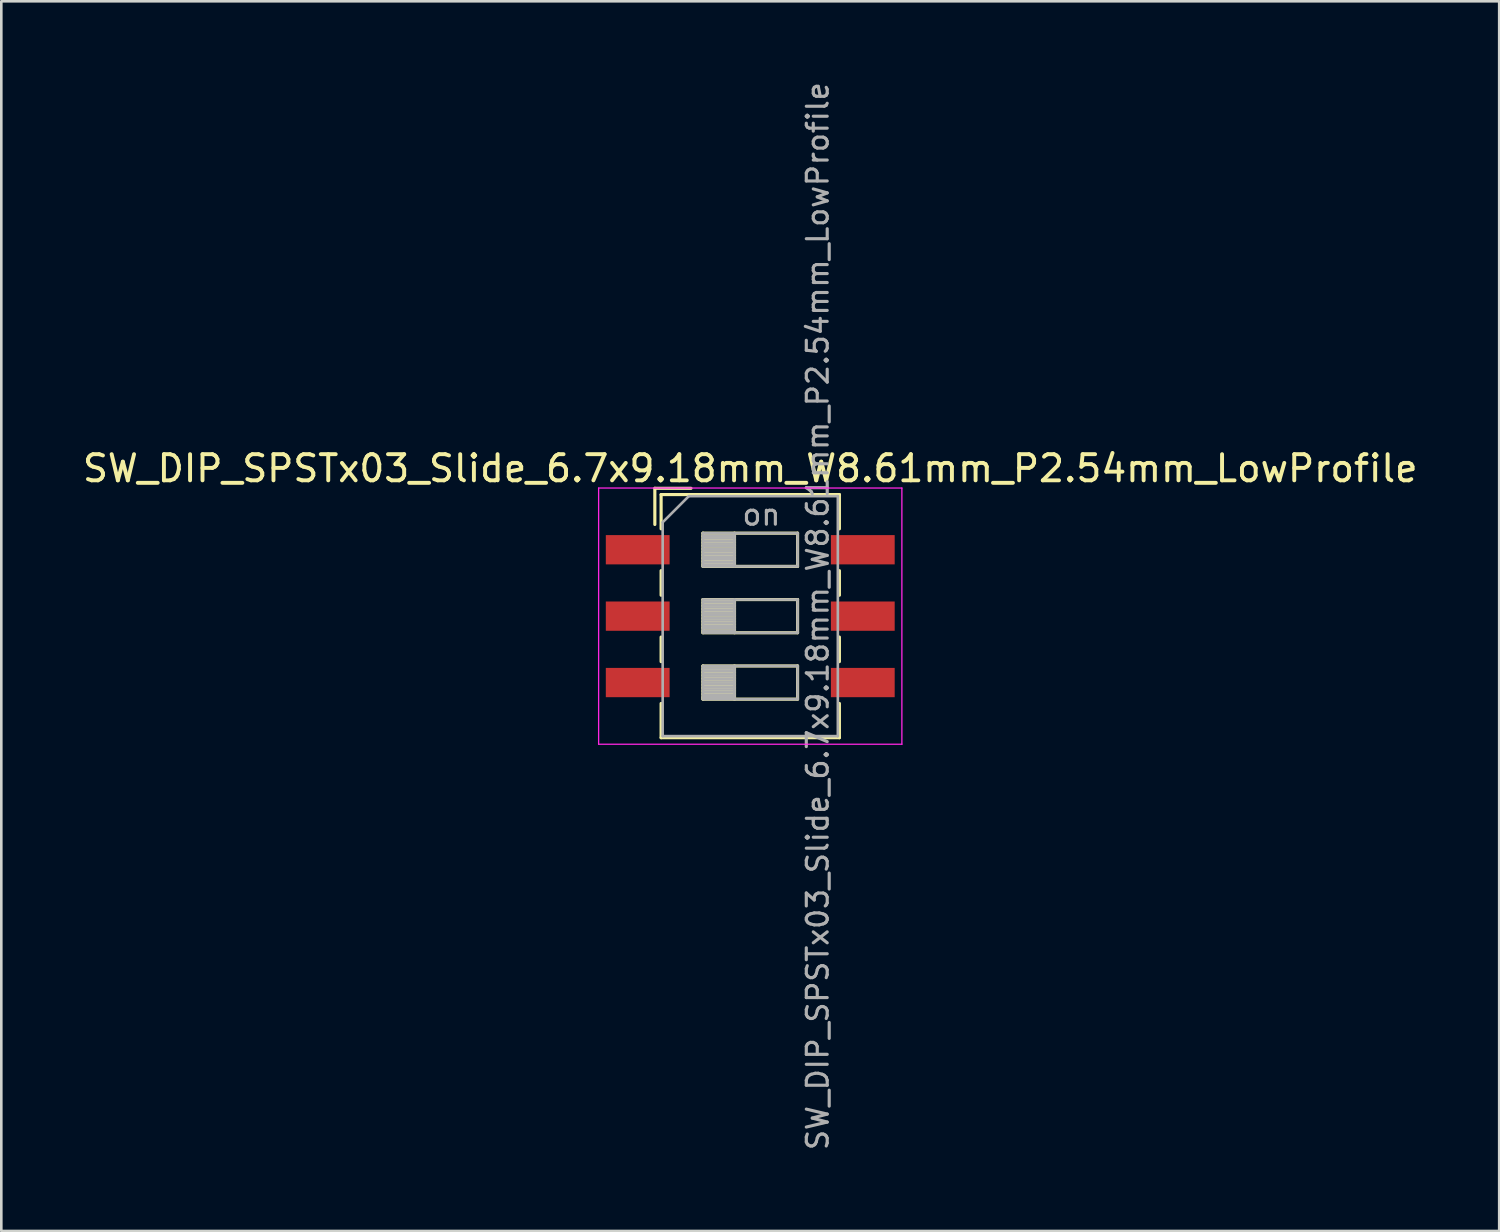
<source format=kicad_pcb>
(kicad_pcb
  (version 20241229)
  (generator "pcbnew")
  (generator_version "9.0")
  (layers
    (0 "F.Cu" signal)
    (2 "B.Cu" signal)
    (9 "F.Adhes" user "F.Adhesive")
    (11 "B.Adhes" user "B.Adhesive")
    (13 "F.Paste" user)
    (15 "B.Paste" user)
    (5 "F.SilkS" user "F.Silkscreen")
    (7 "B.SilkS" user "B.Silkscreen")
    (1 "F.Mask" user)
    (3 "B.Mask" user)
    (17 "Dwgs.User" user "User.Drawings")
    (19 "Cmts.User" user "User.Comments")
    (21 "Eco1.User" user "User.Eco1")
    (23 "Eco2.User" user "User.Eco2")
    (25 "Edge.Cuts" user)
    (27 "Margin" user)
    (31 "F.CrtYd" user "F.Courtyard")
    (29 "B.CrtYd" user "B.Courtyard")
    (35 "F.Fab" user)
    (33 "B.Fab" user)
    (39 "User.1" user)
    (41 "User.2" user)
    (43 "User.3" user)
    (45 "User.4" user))
  (footprint "SW_DIP_SPSTx03_Slide_6.7x9.18mm_W8.61mm_P2.54mm_LowProfile"
    (layer "F.Cu")
    (at 25.649 20.519)
    (property "Reference" "SW_DIP_SPSTx03_Slide_6.7x9.18mm_W8.61mm_P2.54mm_LowProfile" (at 0 -5.65 0) (layer "F.SilkS") (effects (font (size 1 1) (thickness 0.15))))
    (attr smd)
    (fp_line (start -3.65 -4.89) (end -3.65 -3.507) (stroke (width 0.12) (type solid)) (layer "F.SilkS"))
    (fp_line (start -3.65 -4.89) (end -2.267 -4.89) (stroke (width 0.12) (type solid)) (layer "F.SilkS"))
    (fp_line (start -3.41 -4.65) (end -3.41 -3.34) (stroke (width 0.12) (type solid)) (layer "F.SilkS"))
    (fp_line (start -3.41 -4.65) (end 3.41 -4.65) (stroke (width 0.12) (type solid)) (layer "F.SilkS"))
    (fp_line (start -3.41 -1.74) (end -3.41 -0.8) (stroke (width 0.12) (type solid)) (layer "F.SilkS"))
    (fp_line (start -3.41 0.8) (end -3.41 1.74) (stroke (width 0.12) (type solid)) (layer "F.SilkS"))
    (fp_line (start -3.41 3.34) (end -3.41 4.65) (stroke (width 0.12) (type solid)) (layer "F.SilkS"))
    (fp_line (start -3.41 4.65) (end 3.41 4.65) (stroke (width 0.12) (type solid)) (layer "F.SilkS"))
    (fp_line (start -1.81 -3.175) (end -1.81 -1.905) (stroke (width 0.12) (type solid)) (layer "F.SilkS"))
    (fp_line (start -1.81 -3.055) (end -0.603 -3.055) (stroke (width 0.12) (type solid)) (layer "F.SilkS"))
    (fp_line (start -1.81 -2.935) (end -0.603 -2.935) (stroke (width 0.12) (type solid)) (layer "F.SilkS"))
    (fp_line (start -1.81 -2.815) (end -0.603 -2.815) (stroke (width 0.12) (type solid)) (layer "F.SilkS"))
    (fp_line (start -1.81 -2.695) (end -0.603 -2.695) (stroke (width 0.12) (type solid)) (layer "F.SilkS"))
    (fp_line (start -1.81 -2.575) (end -0.603 -2.575) (stroke (width 0.12) (type solid)) (layer "F.SilkS"))
    (fp_line (start -1.81 -2.455) (end -0.603 -2.455) (stroke (width 0.12) (type solid)) (layer "F.SilkS"))
    (fp_line (start -1.81 -2.335) (end -0.603 -2.335) (stroke (width 0.12) (type solid)) (layer "F.SilkS"))
    (fp_line (start -1.81 -2.215) (end -0.603 -2.215) (stroke (width 0.12) (type solid)) (layer "F.SilkS"))
    (fp_line (start -1.81 -2.095) (end -0.603 -2.095) (stroke (width 0.12) (type solid)) (layer "F.SilkS"))
    (fp_line (start -1.81 -1.975) (end -0.603 -1.975) (stroke (width 0.12) (type solid)) (layer "F.SilkS"))
    (fp_line (start -1.81 -1.905) (end 1.81 -1.905) (stroke (width 0.12) (type solid)) (layer "F.SilkS"))
    (fp_line (start -1.81 -0.635) (end -1.81 0.635) (stroke (width 0.12) (type solid)) (layer "F.SilkS"))
    (fp_line (start -1.81 -0.515) (end -0.603 -0.515) (stroke (width 0.12) (type solid)) (layer "F.SilkS"))
    (fp_line (start -1.81 -0.395) (end -0.603 -0.395) (stroke (width 0.12) (type solid)) (layer "F.SilkS"))
    (fp_line (start -1.81 -0.275) (end -0.603 -0.275) (stroke (width 0.12) (type solid)) (layer "F.SilkS"))
    (fp_line (start -1.81 -0.155) (end -0.603 -0.155) (stroke (width 0.12) (type solid)) (layer "F.SilkS"))
    (fp_line (start -1.81 -0.035) (end -0.603 -0.035) (stroke (width 0.12) (type solid)) (layer "F.SilkS"))
    (fp_line (start -1.81 0.085) (end -0.603 0.085) (stroke (width 0.12) (type solid)) (layer "F.SilkS"))
    (fp_line (start -1.81 0.205) (end -0.603 0.205) (stroke (width 0.12) (type solid)) (layer "F.SilkS"))
    (fp_line (start -1.81 0.325) (end -0.603 0.325) (stroke (width 0.12) (type solid)) (layer "F.SilkS"))
    (fp_line (start -1.81 0.445) (end -0.603 0.445) (stroke (width 0.12) (type solid)) (layer "F.SilkS"))
    (fp_line (start -1.81 0.565) (end -0.603 0.565) (stroke (width 0.12) (type solid)) (layer "F.SilkS"))
    (fp_line (start -1.81 0.635) (end 1.81 0.635) (stroke (width 0.12) (type solid)) (layer "F.SilkS"))
    (fp_line (start -1.81 1.905) (end -1.81 3.175) (stroke (width 0.12) (type solid)) (layer "F.SilkS"))
    (fp_line (start -1.81 2.025) (end -0.603 2.025) (stroke (width 0.12) (type solid)) (layer "F.SilkS"))
    (fp_line (start -1.81 2.145) (end -0.603 2.145) (stroke (width 0.12) (type solid)) (layer "F.SilkS"))
    (fp_line (start -1.81 2.265) (end -0.603 2.265) (stroke (width 0.12) (type solid)) (layer "F.SilkS"))
    (fp_line (start -1.81 2.385) (end -0.603 2.385) (stroke (width 0.12) (type solid)) (layer "F.SilkS"))
    (fp_line (start -1.81 2.505) (end -0.603 2.505) (stroke (width 0.12) (type solid)) (layer "F.SilkS"))
    (fp_line (start -1.81 2.625) (end -0.603 2.625) (stroke (width 0.12) (type solid)) (layer "F.SilkS"))
    (fp_line (start -1.81 2.745) (end -0.603 2.745) (stroke (width 0.12) (type solid)) (layer "F.SilkS"))
    (fp_line (start -1.81 2.865) (end -0.603 2.865) (stroke (width 0.12) (type solid)) (layer "F.SilkS"))
    (fp_line (start -1.81 2.985) (end -0.603 2.985) (stroke (width 0.12) (type solid)) (layer "F.SilkS"))
    (fp_line (start -1.81 3.105) (end -0.603 3.105) (stroke (width 0.12) (type solid)) (layer "F.SilkS"))
    (fp_line (start -1.81 3.175) (end 1.81 3.175) (stroke (width 0.12) (type solid)) (layer "F.SilkS"))
    (fp_line (start -0.603 -3.175) (end -0.603 -1.905) (stroke (width 0.12) (type solid)) (layer "F.SilkS"))
    (fp_line (start -0.603 -0.635) (end -0.603 0.635) (stroke (width 0.12) (type solid)) (layer "F.SilkS"))
    (fp_line (start -0.603 1.905) (end -0.603 3.175) (stroke (width 0.12) (type solid)) (layer "F.SilkS"))
    (fp_line (start 1.81 -3.175) (end -1.81 -3.175) (stroke (width 0.12) (type solid)) (layer "F.SilkS"))
    (fp_line (start 1.81 -1.905) (end 1.81 -3.175) (stroke (width 0.12) (type solid)) (layer "F.SilkS"))
    (fp_line (start 1.81 -0.635) (end -1.81 -0.635) (stroke (width 0.12) (type solid)) (layer "F.SilkS"))
    (fp_line (start 1.81 0.635) (end 1.81 -0.635) (stroke (width 0.12) (type solid)) (layer "F.SilkS"))
    (fp_line (start 1.81 1.905) (end -1.81 1.905) (stroke (width 0.12) (type solid)) (layer "F.SilkS"))
    (fp_line (start 1.81 3.175) (end 1.81 1.905) (stroke (width 0.12) (type solid)) (layer "F.SilkS"))
    (fp_line (start 3.41 -4.65) (end 3.41 -3.34) (stroke (width 0.12) (type solid)) (layer "F.SilkS"))
    (fp_line (start 3.41 -1.74) (end 3.41 -0.8) (stroke (width 0.12) (type solid)) (layer "F.SilkS"))
    (fp_line (start 3.41 0.8) (end 3.41 1.74) (stroke (width 0.12) (type solid)) (layer "F.SilkS"))
    (fp_line (start 3.41 3.34) (end 3.41 4.65) (stroke (width 0.12) (type solid)) (layer "F.SilkS"))
    (fp_line (start -5.8 -4.9) (end -5.8 4.9) (stroke (width 0.05) (type solid)) (layer "F.CrtYd"))
    (fp_line (start -5.8 4.9) (end 5.8 4.9) (stroke (width 0.05) (type solid)) (layer "F.CrtYd"))
    (fp_line (start 5.8 -4.9) (end -5.8 -4.9) (stroke (width 0.05) (type solid)) (layer "F.CrtYd"))
    (fp_line (start 5.8 4.9) (end 5.8 -4.9) (stroke (width 0.05) (type solid)) (layer "F.CrtYd"))
    (fp_line (start -3.35 -3.59) (end -2.35 -4.59) (stroke (width 0.1) (type solid)) (layer "F.Fab"))
    (fp_line (start -3.35 4.59) (end -3.35 -3.59) (stroke (width 0.1) (type solid)) (layer "F.Fab"))
    (fp_line (start -2.35 -4.59) (end 3.35 -4.59) (stroke (width 0.1) (type solid)) (layer "F.Fab"))
    (fp_line (start -1.81 -3.175) (end -1.81 -1.905) (stroke (width 0.1) (type solid)) (layer "F.Fab"))
    (fp_line (start -1.81 -3.075) (end -0.603 -3.075) (stroke (width 0.1) (type solid)) (layer "F.Fab"))
    (fp_line (start -1.81 -2.975) (end -0.603 -2.975) (stroke (width 0.1) (type solid)) (layer "F.Fab"))
    (fp_line (start -1.81 -2.875) (end -0.603 -2.875) (stroke (width 0.1) (type solid)) (layer "F.Fab"))
    (fp_line (start -1.81 -2.775) (end -0.603 -2.775) (stroke (width 0.1) (type solid)) (layer "F.Fab"))
    (fp_line (start -1.81 -2.675) (end -0.603 -2.675) (stroke (width 0.1) (type solid)) (layer "F.Fab"))
    (fp_line (start -1.81 -2.575) (end -0.603 -2.575) (stroke (width 0.1) (type solid)) (layer "F.Fab"))
    (fp_line (start -1.81 -2.475) (end -0.603 -2.475) (stroke (width 0.1) (type solid)) (layer "F.Fab"))
    (fp_line (start -1.81 -2.375) (end -0.603 -2.375) (stroke (width 0.1) (type solid)) (layer "F.Fab"))
    (fp_line (start -1.81 -2.275) (end -0.603 -2.275) (stroke (width 0.1) (type solid)) (layer "F.Fab"))
    (fp_line (start -1.81 -2.175) (end -0.603 -2.175) (stroke (width 0.1) (type solid)) (layer "F.Fab"))
    (fp_line (start -1.81 -2.075) (end -0.603 -2.075) (stroke (width 0.1) (type solid)) (layer "F.Fab"))
    (fp_line (start -1.81 -1.975) (end -0.603 -1.975) (stroke (width 0.1) (type solid)) (layer "F.Fab"))
    (fp_line (start -1.81 -1.905) (end 1.81 -1.905) (stroke (width 0.1) (type solid)) (layer "F.Fab"))
    (fp_line (start -1.81 -0.635) (end -1.81 0.635) (stroke (width 0.1) (type solid)) (layer "F.Fab"))
    (fp_line (start -1.81 -0.535) (end -0.603 -0.535) (stroke (width 0.1) (type solid)) (layer "F.Fab"))
    (fp_line (start -1.81 -0.435) (end -0.603 -0.435) (stroke (width 0.1) (type solid)) (layer "F.Fab"))
    (fp_line (start -1.81 -0.335) (end -0.603 -0.335) (stroke (width 0.1) (type solid)) (layer "F.Fab"))
    (fp_line (start -1.81 -0.235) (end -0.603 -0.235) (stroke (width 0.1) (type solid)) (layer "F.Fab"))
    (fp_line (start -1.81 -0.135) (end -0.603 -0.135) (stroke (width 0.1) (type solid)) (layer "F.Fab"))
    (fp_line (start -1.81 -0.035) (end -0.603 -0.035) (stroke (width 0.1) (type solid)) (layer "F.Fab"))
    (fp_line (start -1.81 0.065) (end -0.603 0.065) (stroke (width 0.1) (type solid)) (layer "F.Fab"))
    (fp_line (start -1.81 0.165) (end -0.603 0.165) (stroke (width 0.1) (type solid)) (layer "F.Fab"))
    (fp_line (start -1.81 0.265) (end -0.603 0.265) (stroke (width 0.1) (type solid)) (layer "F.Fab"))
    (fp_line (start -1.81 0.365) (end -0.603 0.365) (stroke (width 0.1) (type solid)) (layer "F.Fab"))
    (fp_line (start -1.81 0.465) (end -0.603 0.465) (stroke (width 0.1) (type solid)) (layer "F.Fab"))
    (fp_line (start -1.81 0.565) (end -0.603 0.565) (stroke (width 0.1) (type solid)) (layer "F.Fab"))
    (fp_line (start -1.81 0.635) (end 1.81 0.635) (stroke (width 0.1) (type solid)) (layer "F.Fab"))
    (fp_line (start -1.81 1.905) (end -1.81 3.175) (stroke (width 0.1) (type solid)) (layer "F.Fab"))
    (fp_line (start -1.81 2.005) (end -0.603 2.005) (stroke (width 0.1) (type solid)) (layer "F.Fab"))
    (fp_line (start -1.81 2.105) (end -0.603 2.105) (stroke (width 0.1) (type solid)) (layer "F.Fab"))
    (fp_line (start -1.81 2.205) (end -0.603 2.205) (stroke (width 0.1) (type solid)) (layer "F.Fab"))
    (fp_line (start -1.81 2.305) (end -0.603 2.305) (stroke (width 0.1) (type solid)) (layer "F.Fab"))
    (fp_line (start -1.81 2.405) (end -0.603 2.405) (stroke (width 0.1) (type solid)) (layer "F.Fab"))
    (fp_line (start -1.81 2.505) (end -0.603 2.505) (stroke (width 0.1) (type solid)) (layer "F.Fab"))
    (fp_line (start -1.81 2.605) (end -0.603 2.605) (stroke (width 0.1) (type solid)) (layer "F.Fab"))
    (fp_line (start -1.81 2.705) (end -0.603 2.705) (stroke (width 0.1) (type solid)) (layer "F.Fab"))
    (fp_line (start -1.81 2.805) (end -0.603 2.805) (stroke (width 0.1) (type solid)) (layer "F.Fab"))
    (fp_line (start -1.81 2.905) (end -0.603 2.905) (stroke (width 0.1) (type solid)) (layer "F.Fab"))
    (fp_line (start -1.81 3.005) (end -0.603 3.005) (stroke (width 0.1) (type solid)) (layer "F.Fab"))
    (fp_line (start -1.81 3.105) (end -0.603 3.105) (stroke (width 0.1) (type solid)) (layer "F.Fab"))
    (fp_line (start -1.81 3.175) (end 1.81 3.175) (stroke (width 0.1) (type solid)) (layer "F.Fab"))
    (fp_line (start -0.603 -3.175) (end -0.603 -1.905) (stroke (width 0.1) (type solid)) (layer "F.Fab"))
    (fp_line (start -0.603 -0.635) (end -0.603 0.635) (stroke (width 0.1) (type solid)) (layer "F.Fab"))
    (fp_line (start -0.603 1.905) (end -0.603 3.175) (stroke (width 0.1) (type solid)) (layer "F.Fab"))
    (fp_line (start 1.81 -3.175) (end -1.81 -3.175) (stroke (width 0.1) (type solid)) (layer "F.Fab"))
    (fp_line (start 1.81 -1.905) (end 1.81 -3.175) (stroke (width 0.1) (type solid)) (layer "F.Fab"))
    (fp_line (start 1.81 -0.635) (end -1.81 -0.635) (stroke (width 0.1) (type solid)) (layer "F.Fab"))
    (fp_line (start 1.81 0.635) (end 1.81 -0.635) (stroke (width 0.1) (type solid)) (layer "F.Fab"))
    (fp_line (start 1.81 1.905) (end -1.81 1.905) (stroke (width 0.1) (type solid)) (layer "F.Fab"))
    (fp_line (start 1.81 3.175) (end 1.81 1.905) (stroke (width 0.1) (type solid)) (layer "F.Fab"))
    (fp_line (start 3.35 -4.59) (end 3.35 4.59) (stroke (width 0.1) (type solid)) (layer "F.Fab"))
    (fp_line (start 3.35 4.59) (end -3.35 4.59) (stroke (width 0.1) (type solid)) (layer "F.Fab"))
    (fp_text user "on" (at 0.427 -3.882 0) (layer "F.Fab") (effects (font (size 0.8 0.8) (thickness 0.12))))
    (fp_text user "${REFERENCE}" (at 2.58 0 90) (layer "F.Fab") (effects (font (size 0.8 0.8) (thickness 0.12))))
    (pad "1" smd rect (at -4.305 -2.54) (size 2.44 1.12) (layers "F.Cu" "F.Mask" "F.Paste"))
    (pad "2" smd rect (at -4.305 0) (size 2.44 1.12) (layers "F.Cu" "F.Mask" "F.Paste"))
    (pad "3" smd rect (at -4.305 2.54) (size 2.44 1.12) (layers "F.Cu" "F.Mask" "F.Paste"))
    (pad "4" smd rect (at 4.305 2.54) (size 2.44 1.12) (layers "F.Cu" "F.Mask" "F.Paste"))
    (pad "5" smd rect (at 4.305 0) (size 2.44 1.12) (layers "F.Cu" "F.Mask" "F.Paste"))
    (pad "6" smd rect (at 4.305 -2.54) (size 2.44 1.12) (layers "F.Cu" "F.Mask" "F.Paste")))
  (gr_rect
    (start -3 -3)
    (end 54.298 44.038)
    (stroke (width 0.1) (type default))
    (fill no)
    (layer "Edge.Cuts")))
</source>
